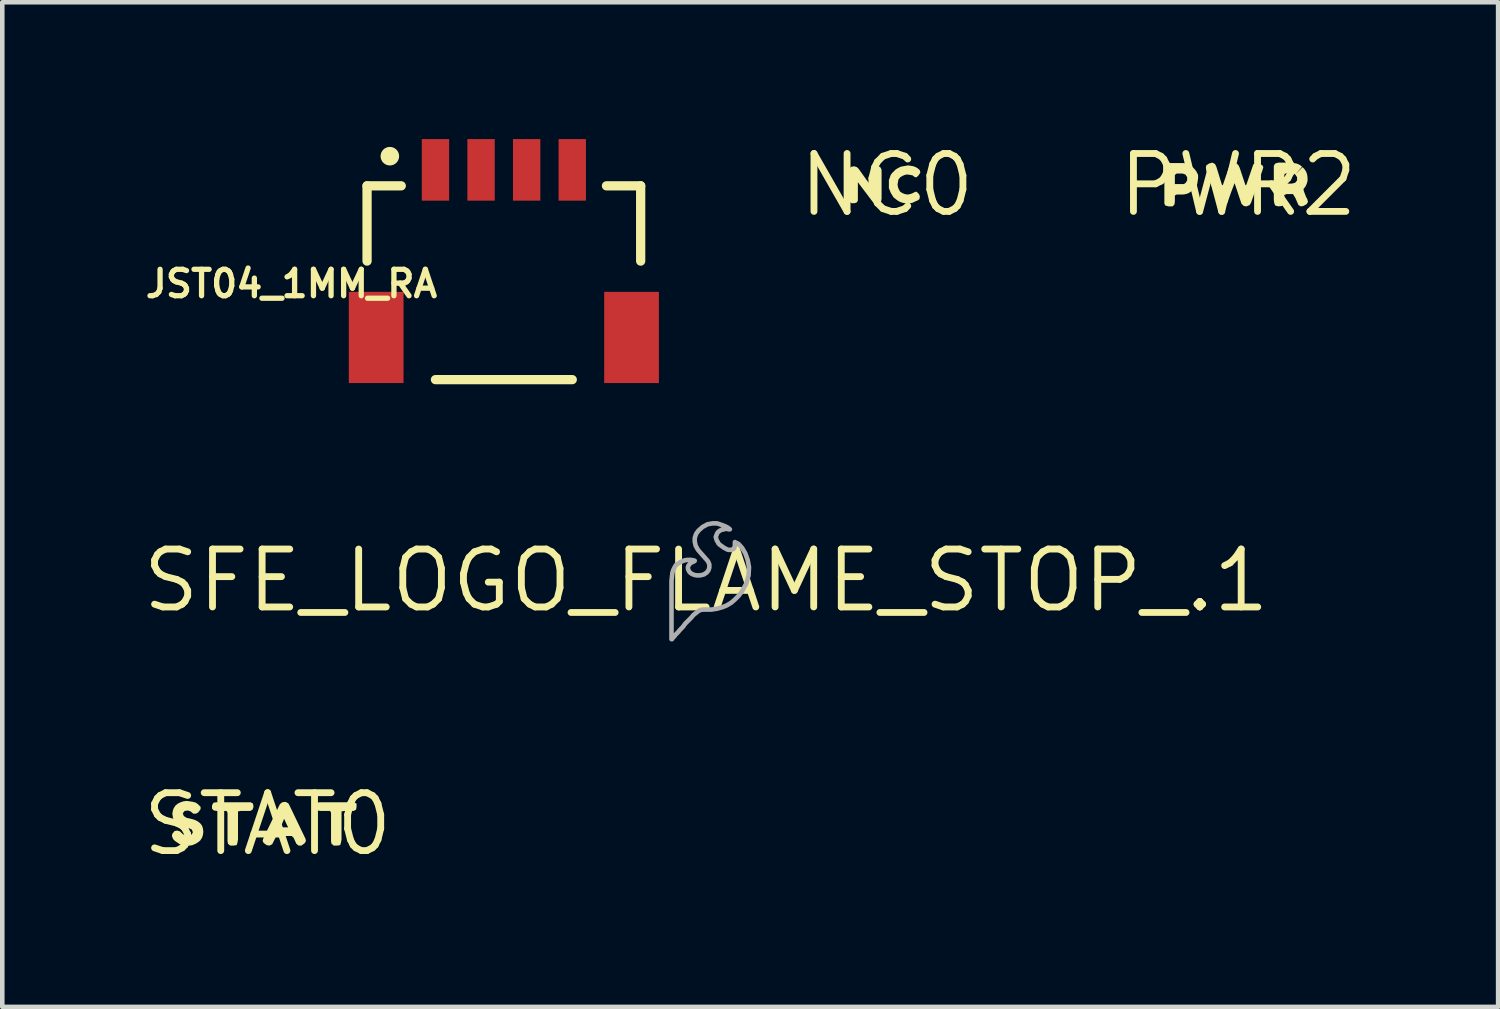
<source format=kicad_pcb>
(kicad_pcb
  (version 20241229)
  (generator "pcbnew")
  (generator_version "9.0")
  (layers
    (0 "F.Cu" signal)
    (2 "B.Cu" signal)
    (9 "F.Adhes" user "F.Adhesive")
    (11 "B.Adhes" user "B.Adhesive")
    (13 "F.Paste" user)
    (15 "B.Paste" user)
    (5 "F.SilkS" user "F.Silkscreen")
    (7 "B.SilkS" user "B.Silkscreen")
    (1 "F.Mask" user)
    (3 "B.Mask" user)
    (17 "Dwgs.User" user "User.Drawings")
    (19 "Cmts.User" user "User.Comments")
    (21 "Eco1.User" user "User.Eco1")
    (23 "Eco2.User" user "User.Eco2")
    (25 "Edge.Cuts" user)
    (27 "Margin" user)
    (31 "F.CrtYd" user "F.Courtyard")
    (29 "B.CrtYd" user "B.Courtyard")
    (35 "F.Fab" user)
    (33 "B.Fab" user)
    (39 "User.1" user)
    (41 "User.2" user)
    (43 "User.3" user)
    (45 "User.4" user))
  (footprint "NC0"
    (layer "F.Cu")
    (at 16.402 1.006)
    (property "Reference" "NC0" (at 0 0 0) (layer "F.SilkS") (effects (font (size 1.27 1.27) (thickness 0.15))))
    (attr through_hole)
    (fp_poly (pts (xy -0.3 -0.39) (xy -0.32 -0.34) (xy -0.32 -0.28) (xy -0.32 0.06) (xy -0.45 -0.11) (xy -0.62 -0.35) (xy -0.66 -0.39) (xy -0.72 -0.41) (xy -0.78 -0.4) (xy -0.82 -0.37) (xy -0.83 -0.32) (xy -0.83 0.32) (xy -0.82 0.37) (xy -0.78 0.4) (xy -0.71 0.4) (xy -0.66 0.38) (xy -0.64 0.34) (xy -0.64 -0.01) (xy -0.64 -0.06) (xy -0.33 0.35) (xy -0.28 0.4) (xy -0.23 0.4) (xy -0.16 0.39) (xy -0.13 0.36) (xy -0.12 0.3) (xy -0.12 -0.27) (xy -0.12 -0.33) (xy -0.14 -0.38) (xy -0.18 -0.41) (xy -0.25 -0.41)) (stroke (width 0) (type solid)) (fill yes) (layer "F.SilkS"))
    (fp_poly (pts (xy 0.56 0.18) (xy 0.51 0.2) (xy 0.45 0.21) (xy 0.39 0.2) (xy 0.34 0.18) (xy 0.29 0.15) (xy 0.26 0.1) (xy 0.24 0.05) (xy 0.23 -0.01) (xy 0.24 -0.07) (xy 0.25 -0.12) (xy 0.29 -0.17) (xy 0.34 -0.2) (xy 0.39 -0.22) (xy 0.44 -0.23) (xy 0.51 -0.22) (xy 0.56 -0.21) (xy 0.61 -0.17) (xy 0.65 -0.17) (xy 0.69 -0.21) (xy 0.73 -0.27) (xy 0.72 -0.32) (xy 0.68 -0.36) (xy 0.63 -0.39) (xy 0.58 -0.41) (xy 0.52 -0.42) (xy 0.46 -0.43) (xy 0.41 -0.42) (xy 0.35 -0.41) (xy 0.3 -0.4) (xy 0.24 -0.37) (xy 0.19 -0.34) (xy 0.15 -0.3) (xy 0.11 -0.26) (xy 0.08 -0.22) (xy 0.06 -0.16) (xy 0.04 -0.11) (xy 0.04 -0.05) (xy 0.04 0.01) (xy 0.04 0.07) (xy 0.06 0.12) (xy 0.08 0.17) (xy 0.11 0.22) (xy 0.14 0.27) (xy 0.19 0.31) (xy 0.23 0.34) (xy 0.28 0.37) (xy 0.34 0.39) (xy 0.39 0.4) (xy 0.45 0.4) (xy 0.5 0.4) (xy 0.56 0.39) (xy 0.62 0.36) (xy 0.67 0.34) (xy 0.71 0.31) (xy 0.72 0.25) (xy 0.7 0.2) (xy 0.65 0.15) (xy 0.62 0.15)) (stroke (width 0) (type solid)) (fill yes) (layer "F.SilkS")))
  (footprint "JST04_1MM_RA"
    (layer "F.Cu")
    (at 7.999 0.675)
    (property "Reference" "JST04_1MM_RA" (at -1.397 2.159 180) (layer "F.SilkS") (effects (font (size 0.579 0.579) (thickness 0.116)) (justify right top)))
    (attr through_hole)
    (fp_line (start -3 0.35) (end -2.25 0.35) (stroke (width 0.203) (type solid)) (layer "F.SilkS"))
    (fp_line (start -3 2) (end -3 0.35) (stroke (width 0.203) (type solid)) (layer "F.SilkS"))
    (fp_line (start -1.5 4.6) (end 1.5 4.6) (stroke (width 0.203) (type solid)) (layer "F.SilkS"))
    (fp_line (start 2.25 0.35) (end 3 0.35) (stroke (width 0.203) (type solid)) (layer "F.SilkS"))
    (fp_line (start 3 0.35) (end 3 2) (stroke (width 0.203) (type solid)) (layer "F.SilkS"))
    (fp_circle (center -2.5 -0.3) (end -2.398 -0.3) (stroke (width 0.203) (type solid)) (fill no) (layer "F.SilkS"))
    (pad "1" smd rect (at -1.5 0) (size 0.6 1.35) (layers "F.Cu" "F.Mask" "F.Paste"))
    (pad "2" smd rect (at -0.5 0) (size 0.6 1.35) (layers "F.Cu" "F.Mask" "F.Paste"))
    (pad "3" smd rect (at 0.5 0) (size 0.6 1.35) (layers "F.Cu" "F.Mask" "F.Paste"))
    (pad "4" smd rect (at 1.5 0) (size 0.6 1.35) (layers "F.Cu" "F.Mask" "F.Paste"))
    (pad "NC1" smd rect (at 2.8 3.675) (size 1.2 2) (layers "F.Cu" "F.Mask" "F.Paste"))
    (pad "NC2" smd rect (at -2.8 3.675) (size 1.2 2) (layers "F.Cu" "F.Mask" "F.Paste")))
  (footprint "SFE_LOGO_FLAME_STOP_.1"
    (layer "F.Cu")
    (at 12.435 9.68)
    (property "Reference" "SFE_LOGO_FLAME_STOP_.1" (at 0 0 0) (layer "F.SilkS") (effects (font (size 1.27 1.27) (thickness 0.15))))
    (attr through_hole)
    (fp_poly (pts (xy 0.63 -0.843) (xy 0.63 -0.763) (xy 0.61 -0.703) (xy 0.58 -0.683) (xy 0.55 -0.673) (xy 0.48 -0.673) (xy 0.4 -0.713) (xy 0.37 -0.733) (xy 0.33 -0.763) (xy 0.3 -0.783) (xy 0.27 -0.813) (xy 0.25 -0.853) (xy 0.23 -0.883) (xy 0.22 -0.923) (xy 0.21 -0.953) (xy 0.22 -0.983) (xy 0.23 -1.003) (xy 0.24 -1.033) (xy 0.26 -1.063) (xy 0.3 -1.093) (xy 0.34 -1.113) (xy 0.39 -1.123) (xy 0.43 -1.133) (xy 0.46 -1.133) (xy 0.49 -1.123) (xy 0.52 -1.123) (xy 0.51 -1.133) (xy 0.47 -1.163) (xy 0.41 -1.193) (xy 0.33 -1.223) (xy 0.24 -1.253) (xy 0.14 -1.253) (xy 0.03 -1.233) (xy -0.08 -1.173) (xy -0.17 -1.093) (xy -0.22 -1.023) (xy -0.25 -0.933) (xy -0.25 -0.853) (xy -0.23 -0.763) (xy -0.18 -0.673) (xy -0.11 -0.593) (xy -0.03 -0.503) (xy 0.04 -0.423) (xy 0.07 -0.353) (xy 0.07 -0.283) (xy 0.05 -0.223) (xy 0.01 -0.173) (xy -0.05 -0.133) (xy -0.13 -0.113) (xy -0.21 -0.113) (xy -0.26 -0.123) (xy -0.31 -0.143) (xy -0.34 -0.163) (xy -0.37 -0.193) (xy -0.39 -0.233) (xy -0.4 -0.263) (xy -0.4 -0.293) (xy -0.39 -0.323) (xy -0.37 -0.353) (xy -0.33 -0.393) (xy -0.3 -0.403) (xy -0.26 -0.423) (xy -0.25 -0.433) (xy -0.27 -0.443) (xy -0.29 -0.443) (xy -0.33 -0.453) (xy -0.41 -0.453) (xy -0.47 -0.443) (xy -0.57 -0.403) (xy -0.61 -0.373) (xy -0.66 -0.343) (xy -0.69 -0.293) (xy -0.72 -0.233) (xy -0.74 -0.173) (xy -0.76 0.007) (xy -0.76 1.287) (xy -0.75 1.287) (xy -0.73 1.257) (xy -0.7 1.227) (xy -0.67 1.187) (xy -0.62 1.137) (xy -0.57 1.077) (xy -0.51 1.017) (xy -0.46 0.947) (xy -0.33 0.817) (xy -0.28 0.757) (xy -0.18 0.677) (xy -0.13 0.647) (xy -0.07 0.637) (xy 0.12 0.637) (xy 0.24 0.617) (xy 0.35 0.587) (xy 0.45 0.547) (xy 0.55 0.487) (xy 0.63 0.417) (xy 0.71 0.337) (xy 0.78 0.247) (xy 0.88 0.067) (xy 0.93 -0.113) (xy 0.94 -0.293) (xy 0.91 -0.453) (xy 0.86 -0.593) (xy 0.79 -0.713) (xy 0.71 -0.803)) (stroke (width 0) (type solid)) (fill yes) (layer "F.Mask"))
    (fp_poly (pts (xy 0.63 -0.843) (xy 0.63 -0.763) (xy 0.61 -0.703) (xy 0.58 -0.683) (xy 0.55 -0.673) (xy 0.48 -0.673) (xy 0.4 -0.713) (xy 0.37 -0.733) (xy 0.33 -0.763) (xy 0.3 -0.783) (xy 0.27 -0.813) (xy 0.25 -0.853) (xy 0.23 -0.883) (xy 0.22 -0.923) (xy 0.21 -0.953) (xy 0.22 -0.983) (xy 0.23 -1.003) (xy 0.24 -1.033) (xy 0.26 -1.063) (xy 0.3 -1.093) (xy 0.34 -1.113) (xy 0.39 -1.123) (xy 0.43 -1.133) (xy 0.46 -1.133) (xy 0.49 -1.123) (xy 0.52 -1.123) (xy 0.51 -1.133) (xy 0.47 -1.163) (xy 0.41 -1.193) (xy 0.33 -1.223) (xy 0.24 -1.253) (xy 0.14 -1.253) (xy 0.03 -1.233) (xy -0.08 -1.173) (xy -0.17 -1.093) (xy -0.22 -1.023) (xy -0.25 -0.933) (xy -0.25 -0.853) (xy -0.23 -0.763) (xy -0.18 -0.673) (xy -0.11 -0.593) (xy -0.03 -0.503) (xy 0.04 -0.423) (xy 0.07 -0.353) (xy 0.07 -0.283) (xy 0.05 -0.223) (xy 0.01 -0.173) (xy -0.05 -0.133) (xy -0.13 -0.113) (xy -0.21 -0.113) (xy -0.26 -0.123) (xy -0.31 -0.143) (xy -0.34 -0.163) (xy -0.37 -0.193) (xy -0.39 -0.233) (xy -0.4 -0.263) (xy -0.4 -0.293) (xy -0.39 -0.323) (xy -0.37 -0.353) (xy -0.33 -0.393) (xy -0.3 -0.403) (xy -0.26 -0.423) (xy -0.25 -0.433) (xy -0.27 -0.443) (xy -0.29 -0.443) (xy -0.33 -0.453) (xy -0.41 -0.453) (xy -0.47 -0.443) (xy -0.57 -0.403) (xy -0.61 -0.373) (xy -0.66 -0.343) (xy -0.69 -0.293) (xy -0.72 -0.233) (xy -0.74 -0.173) (xy -0.76 0.007) (xy -0.76 1.287) (xy -0.75 1.287) (xy -0.73 1.257) (xy -0.7 1.227) (xy -0.67 1.187) (xy -0.62 1.137) (xy -0.57 1.077) (xy -0.51 1.017) (xy -0.46 0.947) (xy -0.33 0.817) (xy -0.28 0.757) (xy -0.18 0.677) (xy -0.13 0.647) (xy -0.07 0.637) (xy 0.12 0.637) (xy 0.24 0.617) (xy 0.35 0.587) (xy 0.45 0.547) (xy 0.55 0.487) (xy 0.63 0.417) (xy 0.71 0.337) (xy 0.78 0.247) (xy 0.88 0.067) (xy 0.93 -0.113) (xy 0.94 -0.293) (xy 0.91 -0.453) (xy 0.86 -0.593) (xy 0.79 -0.713) (xy 0.71 -0.803)) (stroke (width 0.1) (type solid)) (fill no) (layer "F.Fab")))
  (footprint "STAT0"
    (layer "F.Cu")
    (at 2.819 15.023)
    (property "Reference" "STAT0" (at 0 0 0) (layer "F.SilkS") (effects (font (size 1.27 1.27) (thickness 0.15))))
    (attr through_hole)
    (fp_poly (pts (xy -1.13 -0.48) (xy -1.19 -0.47) (xy -1.22 -0.41) (xy -1.22 -0.34) (xy -1.18 -0.3) (xy -1.11 -0.29) (xy -0.9 -0.29) (xy -0.88 -0.25) (xy -0.88 0.37) (xy -0.87 0.43) (xy -0.82 0.47) (xy -0.75 0.47) (xy -0.68 0.46) (xy -0.66 0.4) (xy -0.65 0.33) (xy -0.65 -0.28) (xy -0.59 -0.29) (xy -0.38 -0.29) (xy -0.33 -0.32) (xy -0.31 -0.38) (xy -0.32 -0.45) (xy -0.37 -0.48) (xy -0.45 -0.48)) (stroke (width 0) (type solid)) (fill yes) (layer "F.SilkS"))
    (fp_poly (pts (xy 1.14 -0.48) (xy 1.07 -0.47) (xy 1.05 -0.41) (xy 1.05 -0.34) (xy 1.09 -0.3) (xy 1.16 -0.29) (xy 1.37 -0.29) (xy 1.39 -0.25) (xy 1.39 0.37) (xy 1.4 0.43) (xy 1.45 0.47) (xy 1.52 0.47) (xy 1.59 0.46) (xy 1.61 0.4) (xy 1.62 0.33) (xy 1.62 -0.28) (xy 1.68 -0.29) (xy 1.89 -0.29) (xy 1.94 -0.32) (xy 1.95 -0.38) (xy 1.95 -0.45) (xy 1.9 -0.48) (xy 1.82 -0.48)) (stroke (width 0) (type solid)) (fill yes) (layer "F.SilkS"))
    (fp_poly (pts (xy 0.45 -0.46) (xy 0.39 -0.49) (xy 0.32 -0.48) (xy 0.27 -0.44) (xy 0.24 -0.38) (xy -0.09 0.3) (xy -0.11 0.36) (xy -0.09 0.41) (xy -0.02 0.46) (xy 0.04 0.47) (xy 0.1 0.44) (xy 0.13 0.38) (xy 0.19 0.26) (xy 0.53 0.26) (xy 0.45 0.07) (xy 0.31 0.07) (xy 0.3 0.03) (xy 0.35 -0.09) (xy 0.36 -0.12) (xy 0.42 0.01) (xy 0.45 0.07) (xy 0.53 0.26) (xy 0.57 0.3) (xy 0.63 0.43) (xy 0.68 0.47) (xy 0.74 0.47) (xy 0.81 0.42) (xy 0.84 0.37) (xy 0.83 0.32) (xy 0.47 -0.43)) (stroke (width 0) (type solid)) (fill yes) (layer "F.SilkS"))
    (fp_poly (pts (xy -2.07 0.33) (xy -2.03 0.37) (xy -1.97 0.41) (xy -1.91 0.45) (xy -1.85 0.47) (xy -1.78 0.47) (xy -1.71 0.47) (xy -1.65 0.46) (xy -1.58 0.43) (xy -1.53 0.4) (xy -1.48 0.36) (xy -1.44 0.3) (xy -1.42 0.24) (xy -1.41 0.17) (xy -1.42 0.09) (xy -1.44 0.03) (xy -1.48 -0.02) (xy -1.53 -0.06) (xy -1.59 -0.09) (xy -1.65 -0.11) (xy -1.78 -0.14) (xy -1.84 -0.18) (xy -1.86 -0.24) (xy -1.82 -0.29) (xy -1.75 -0.3) (xy -1.69 -0.28) (xy -1.63 -0.23) (xy -1.57 -0.23) (xy -1.52 -0.26) (xy -1.47 -0.33) (xy -1.47 -0.38) (xy -1.52 -0.43) (xy -1.57 -0.47) (xy -1.64 -0.49) (xy -1.7 -0.5) (xy -1.78 -0.51) (xy -1.85 -0.5) (xy -1.91 -0.48) (xy -1.97 -0.45) (xy -2.02 -0.41) (xy -2.06 -0.35) (xy -2.08 -0.29) (xy -2.09 -0.23) (xy -2.08 -0.16) (xy -2.06 -0.09) (xy -2.02 -0.04) (xy -1.97 0) (xy -1.92 0.03) (xy -1.85 0.06) (xy -1.78 0.08) (xy -1.72 0.09) (xy -1.66 0.12) (xy -1.64 0.18) (xy -1.67 0.23) (xy -1.74 0.26) (xy -1.81 0.25) (xy -1.87 0.21) (xy -1.92 0.16) (xy -1.98 0.14) (xy -2.04 0.15) (xy -2.09 0.21) (xy -2.1 0.26)) (stroke (width 0) (type solid)) (fill yes) (layer "F.SilkS")))
  (footprint "PWR2"
    (layer "F.Cu")
    (at 24.103 1.006)
    (property "Reference" "PWR2" (at 0 0 0) (layer "F.SilkS") (effects (font (size 1.27 1.27) (thickness 0.15))))
    (attr through_hole)
    (fp_poly (pts (xy 0.46 -0.47) (xy 0.39 -0.49) (xy 0.33 -0.45) (xy 0.18 -0.01) (xy 0.16 0.01) (xy 0.03 -0.38) (xy 0 -0.44) (xy -0.05 -0.48) (xy -0.12 -0.47) (xy -0.18 -0.44) (xy -0.21 -0.37) (xy -0.34 0.01) (xy -0.36 -0.01) (xy -0.48 -0.4) (xy -0.51 -0.46) (xy -0.57 -0.49) (xy -0.64 -0.47) (xy -0.7 -0.43) (xy -0.71 -0.38) (xy -0.7 -0.31) (xy -0.45 0.4) (xy -0.41 0.45) (xy -0.35 0.47) (xy -0.28 0.46) (xy -0.24 0.4) (xy -0.16 0.17) (xy -0.08 -0.04) (xy 0.05 0.35) (xy 0.07 0.41) (xy 0.12 0.46) (xy 0.18 0.47) (xy 0.25 0.44) (xy 0.28 0.39) (xy 0.53 -0.32) (xy 0.55 -0.39) (xy 0.53 -0.43)) (stroke (width 0) (type solid)) (fill yes) (layer "F.SilkS"))
    (fp_poly (pts (xy -0.89 -0.24) (xy -0.92 -0.3) (xy -0.96 -0.35) (xy -1.01 -0.4) (xy -1.07 -0.44) (xy -1.13 -0.47) (xy -1.2 -0.48) (xy -1.26 -0.48) (xy -1.46 -0.48) (xy -1.54 -0.48) (xy -1.6 -0.46) (xy -1.62 -0.41) (xy -1.62 0.34) (xy -1.62 0.41) (xy -1.6 0.45) (xy -1.53 0.47) (xy -1.44 0.47) (xy -1.4 0.43) (xy -1.39 0.37) (xy -1.39 0.23) (xy -1.35 0.21) (xy -1.21 0.21) (xy -1.15 0.2) (xy -1.09 0.18) (xy -1.19 -0.02) (xy -1.39 -0.02) (xy -1.39 -0.22) (xy -1.35 -0.25) (xy -1.22 -0.25) (xy -1.16 -0.23) (xy -1.12 -0.17) (xy -1.12 -0.1) (xy -1.15 -0.05) (xy -1.19 -0.02) (xy -1.09 0.18) (xy -1.03 0.14) (xy -0.97 0.1) (xy -0.93 0.05) (xy -0.9 -0.02) (xy -0.89 -0.08) (xy -0.88 -0.15) (xy -0.88 -0.22)) (stroke (width 0) (type solid)) (fill yes) (layer "F.SilkS"))
    (fp_poly (pts (xy 1.49 0.27) (xy 1.44 0.14) (xy 1.43 0.09) (xy 1.47 0.04) (xy 1.5 -0.02) (xy 1.52 -0.09) (xy 1.52 -0.16) (xy 1.51 -0.23) (xy 1.49 -0.29) (xy 1.45 -0.35) (xy 1.41 -0.39) (xy 1.25 -0.23) (xy 1.29 -0.17) (xy 1.29 -0.1) (xy 1.25 -0.05) (xy 1.18 -0.03) (xy 1.05 -0.03) (xy 1.01 -0.03) (xy 1.01 -0.23) (xy 1.05 -0.26) (xy 1.12 -0.26) (xy 1.19 -0.26) (xy 1.25 -0.23) (xy 1.4 -0.4) (xy 1.35 -0.44) (xy 1.28 -0.47) (xy 1.22 -0.48) (xy 1.16 -0.49) (xy 0.88 -0.49) (xy 0.81 -0.47) (xy 0.78 -0.42) (xy 0.78 -0.35) (xy 0.78 0.33) (xy 0.79 0.4) (xy 0.81 0.45) (xy 0.88 0.47) (xy 0.96 0.46) (xy 1 0.42) (xy 1.01 0.36) (xy 1.01 0.22) (xy 1.06 0.2) (xy 1.2 0.2) (xy 1.25 0.28) (xy 1.32 0.44) (xy 1.37 0.47) (xy 1.43 0.46) (xy 1.5 0.42) (xy 1.53 0.37) (xy 1.51 0.3)) (stroke (width 0) (type solid)) (fill yes) (layer "F.SilkS")))
  (gr_rect
    (start -3 -3)
    (end 29.802 19.029)
    (stroke (width 0.1) (type default))
    (fill no)
    (layer "Edge.Cuts")))
</source>
